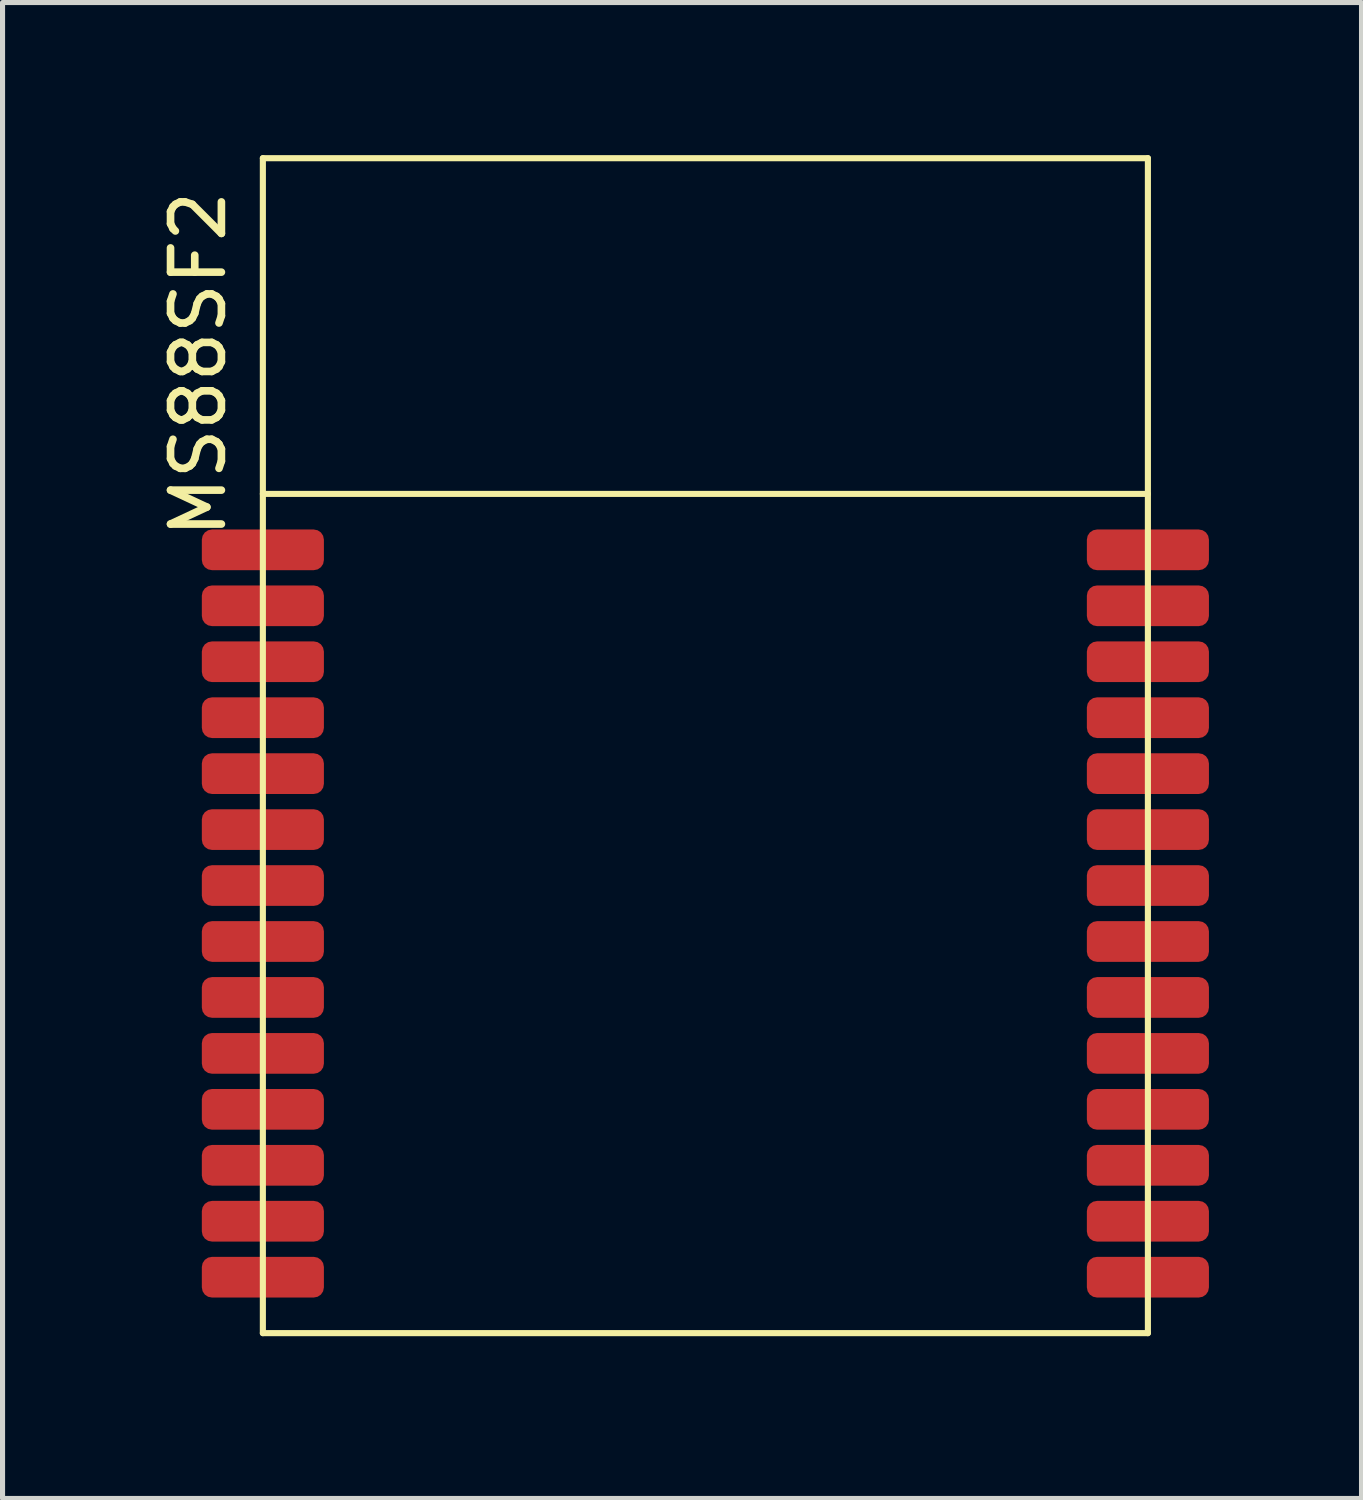
<source format=kicad_pcb>
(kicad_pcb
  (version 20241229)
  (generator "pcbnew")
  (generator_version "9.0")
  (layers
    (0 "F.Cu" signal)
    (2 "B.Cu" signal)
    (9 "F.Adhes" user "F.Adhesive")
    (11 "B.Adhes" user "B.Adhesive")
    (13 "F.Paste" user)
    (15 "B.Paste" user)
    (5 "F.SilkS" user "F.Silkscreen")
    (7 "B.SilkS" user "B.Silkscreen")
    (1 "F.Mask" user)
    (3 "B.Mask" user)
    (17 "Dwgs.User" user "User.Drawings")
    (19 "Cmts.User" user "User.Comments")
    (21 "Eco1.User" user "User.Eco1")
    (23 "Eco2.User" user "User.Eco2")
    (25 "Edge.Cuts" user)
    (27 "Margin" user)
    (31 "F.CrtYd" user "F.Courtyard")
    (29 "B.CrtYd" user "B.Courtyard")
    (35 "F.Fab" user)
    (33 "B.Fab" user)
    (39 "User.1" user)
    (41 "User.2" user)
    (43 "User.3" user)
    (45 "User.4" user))
  (footprint "MS88SF2"
    (layer "F.Cu")
    (at 2.118 23.16)
    (property "Reference" "MS88SF2" (at -1.27 -19.05 90) (layer "F.SilkS") (effects (font (size 1 1) (thickness 0.15))))
    (attr through_hole)
    (fp_line (start 0 -16.5) (end 17.4 -16.5) (stroke (width 0.12) (type solid)) (layer "F.SilkS"))
    (fp_line (start 0 0) (end 0 -23.1) (stroke (width 0.12) (type solid)) (layer "F.SilkS"))
    (fp_line (start 0 0) (end 17.4 0) (stroke (width 0.12) (type solid)) (layer "F.SilkS"))
    (fp_line (start 17.4 -23.1) (end 0 -23.1) (stroke (width 0.12) (type solid)) (layer "F.SilkS"))
    (fp_line (start 17.4 0) (end 17.4 -23.1) (stroke (width 0.12) (type solid)) (layer "F.SilkS"))
    (pad "1" smd roundrect (at 0 -15.4) (size 2.4 0.8) (layers "F.Cu" "F.Mask" "F.Paste") (roundrect_rratio 0.25))
    (pad "2" smd roundrect (at 0 -14.3) (size 2.4 0.8) (layers "F.Cu" "F.Mask" "F.Paste") (roundrect_rratio 0.25))
    (pad "3" smd roundrect (at 0 -13.2) (size 2.4 0.8) (layers "F.Cu" "F.Mask" "F.Paste") (roundrect_rratio 0.25))
    (pad "4" smd roundrect (at 0 -12.1) (size 2.4 0.8) (layers "F.Cu" "F.Mask" "F.Paste") (roundrect_rratio 0.25))
    (pad "5" smd roundrect (at 0 -11) (size 2.4 0.8) (layers "F.Cu" "F.Mask" "F.Paste") (roundrect_rratio 0.25))
    (pad "6" smd roundrect (at 0 -9.9) (size 2.4 0.8) (layers "F.Cu" "F.Mask" "F.Paste") (roundrect_rratio 0.25))
    (pad "7" smd roundrect (at 0 -8.8) (size 2.4 0.8) (layers "F.Cu" "F.Mask" "F.Paste") (roundrect_rratio 0.25))
    (pad "8" smd roundrect (at 0 -7.7) (size 2.4 0.8) (layers "F.Cu" "F.Mask" "F.Paste") (roundrect_rratio 0.25))
    (pad "9" smd roundrect (at 0 -6.6) (size 2.4 0.8) (layers "F.Cu" "F.Mask" "F.Paste") (roundrect_rratio 0.25))
    (pad "10" smd roundrect (at 0 -5.5) (size 2.4 0.8) (layers "F.Cu" "F.Mask" "F.Paste") (roundrect_rratio 0.25))
    (pad "11" smd roundrect (at 0 -4.4) (size 2.4 0.8) (layers "F.Cu" "F.Mask" "F.Paste") (roundrect_rratio 0.25))
    (pad "12" smd roundrect (at 0 -3.3) (size 2.4 0.8) (layers "F.Cu" "F.Mask" "F.Paste") (roundrect_rratio 0.25))
    (pad "13" smd roundrect (at 0 -2.2) (size 2.4 0.8) (layers "F.Cu" "F.Mask" "F.Paste") (roundrect_rratio 0.25))
    (pad "14" smd roundrect (at 0 -1.1) (size 2.4 0.8) (layers "F.Cu" "F.Mask" "F.Paste") (roundrect_rratio 0.25))
    (pad "15" smd roundrect (at 17.4 -15.4) (size 2.4 0.8) (layers "F.Cu" "F.Mask" "F.Paste") (roundrect_rratio 0.25))
    (pad "16" smd roundrect (at 17.4 -14.3) (size 2.4 0.8) (layers "F.Cu" "F.Mask" "F.Paste") (roundrect_rratio 0.25))
    (pad "17" smd roundrect (at 17.4 -13.2) (size 2.4 0.8) (layers "F.Cu" "F.Mask" "F.Paste") (roundrect_rratio 0.25))
    (pad "18" smd roundrect (at 17.4 -12.1) (size 2.4 0.8) (layers "F.Cu" "F.Mask" "F.Paste") (roundrect_rratio 0.25))
    (pad "19" smd roundrect (at 17.4 -11) (size 2.4 0.8) (layers "F.Cu" "F.Mask" "F.Paste") (roundrect_rratio 0.25))
    (pad "20" smd roundrect (at 17.4 -9.9) (size 2.4 0.8) (layers "F.Cu" "F.Mask" "F.Paste") (roundrect_rratio 0.25))
    (pad "21" smd roundrect (at 17.4 -8.8) (size 2.4 0.8) (layers "F.Cu" "F.Mask" "F.Paste") (roundrect_rratio 0.25))
    (pad "22" smd roundrect (at 17.4 -7.7) (size 2.4 0.8) (layers "F.Cu" "F.Mask" "F.Paste") (roundrect_rratio 0.25))
    (pad "23" smd roundrect (at 17.4 -6.6) (size 2.4 0.8) (layers "F.Cu" "F.Mask" "F.Paste") (roundrect_rratio 0.25))
    (pad "24" smd roundrect (at 17.4 -5.5) (size 2.4 0.8) (layers "F.Cu" "F.Mask" "F.Paste") (roundrect_rratio 0.25))
    (pad "25" smd roundrect (at 17.4 -4.4) (size 2.4 0.8) (layers "F.Cu" "F.Mask" "F.Paste") (roundrect_rratio 0.25))
    (pad "26" smd roundrect (at 17.4 -3.3) (size 2.4 0.8) (layers "F.Cu" "F.Mask" "F.Paste") (roundrect_rratio 0.25))
    (pad "27" smd roundrect (at 17.4 -2.2) (size 2.4 0.8) (layers "F.Cu" "F.Mask" "F.Paste") (roundrect_rratio 0.25))
    (pad "28" smd roundrect (at 17.4 -1.1) (size 2.4 0.8) (layers "F.Cu" "F.Mask" "F.Paste") (roundrect_rratio 0.25)))
  (gr_rect
    (start -3 -3)
    (end 23.718 26.41)
    (stroke (width 0.1) (type default))
    (fill no)
    (layer "Edge.Cuts")))
</source>
